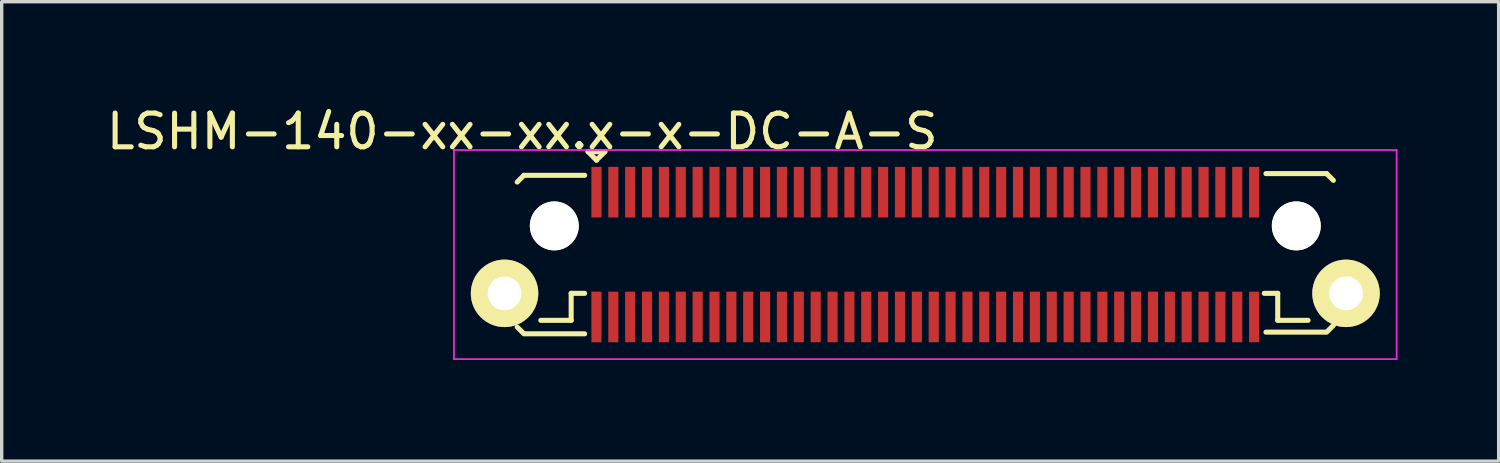
<source format=kicad_pcb>
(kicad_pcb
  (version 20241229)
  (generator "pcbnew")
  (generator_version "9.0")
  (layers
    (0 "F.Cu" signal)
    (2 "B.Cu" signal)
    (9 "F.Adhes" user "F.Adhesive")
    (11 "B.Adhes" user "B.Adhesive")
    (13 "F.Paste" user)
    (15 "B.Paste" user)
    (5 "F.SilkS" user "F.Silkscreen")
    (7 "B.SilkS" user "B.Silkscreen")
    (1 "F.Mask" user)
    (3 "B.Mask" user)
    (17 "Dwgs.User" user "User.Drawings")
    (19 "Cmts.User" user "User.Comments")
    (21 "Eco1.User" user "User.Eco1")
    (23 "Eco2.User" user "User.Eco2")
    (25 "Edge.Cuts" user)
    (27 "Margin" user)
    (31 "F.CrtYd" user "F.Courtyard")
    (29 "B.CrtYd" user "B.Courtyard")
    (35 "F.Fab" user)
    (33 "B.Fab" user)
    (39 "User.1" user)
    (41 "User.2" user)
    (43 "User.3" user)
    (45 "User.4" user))
  (footprint "LSHM-140-xx-xx.x-x-DC-A-S"
    (layer "F.Cu")
    (at 24.385 4.498)
    (property "Reference" "LSHM-140-xx-xx.x-x-DC-A-S" (at -11.95 -3.65 0) (layer "F.SilkS") (effects (font (size 1 1) (thickness 0.15))))
    (attr smd)
    (fp_line (start -11.9 -2.35) (end -12.1 -2.15) (stroke (width 0.15) (type solid)) (layer "F.SilkS"))
    (fp_line (start -11.9 -2.35) (end -10.1 -2.35) (stroke (width 0.15) (type solid)) (layer "F.SilkS"))
    (fp_line (start -11.9 2.35) (end -12.1 2.15) (stroke (width 0.15) (type solid)) (layer "F.SilkS"))
    (fp_line (start -11.85 2.35) (end -10.1 2.35) (stroke (width 0.15) (type solid)) (layer "F.SilkS"))
    (fp_line (start -10.5 1.15) (end -10.1 1.15) (stroke (width 0.15) (type solid)) (layer "F.SilkS"))
    (fp_line (start -10.5 1.95) (end -11.4 1.95) (stroke (width 0.15) (type solid)) (layer "F.SilkS"))
    (fp_line (start -10.5 1.95) (end -10.5 1.15) (stroke (width 0.15) (type solid)) (layer "F.SilkS"))
    (fp_line (start -10 -3.05) (end -9.75 -2.8) (stroke (width 0.15) (type solid)) (layer "F.SilkS"))
    (fp_line (start -9.75 -2.8) (end -9.5 -3.05) (stroke (width 0.15) (type solid)) (layer "F.SilkS"))
    (fp_line (start -9.5 -3.05) (end -10 -3.05) (stroke (width 0.15) (type solid)) (layer "F.SilkS"))
    (fp_line (start 10.05 1.15) (end 10.45 1.15) (stroke (width 0.15) (type solid)) (layer "F.SilkS"))
    (fp_line (start 10.1 -2.4) (end 11.9 -2.4) (stroke (width 0.15) (type solid)) (layer "F.SilkS"))
    (fp_line (start 10.1 2.3) (end 11.85 2.3) (stroke (width 0.15) (type solid)) (layer "F.SilkS"))
    (fp_line (start 10.45 1.95) (end 10.45 1.15) (stroke (width 0.15) (type solid)) (layer "F.SilkS"))
    (fp_line (start 11.35 1.95) (end 10.45 1.95) (stroke (width 0.15) (type solid)) (layer "F.SilkS"))
    (fp_line (start 11.9 -2.4) (end 12.1 -2.2) (stroke (width 0.15) (type solid)) (layer "F.SilkS"))
    (fp_line (start 11.9 2.3) (end 12.1 2.1) (stroke (width 0.15) (type solid)) (layer "F.SilkS"))
    (fp_line (start -13.975 -3.1) (end 13.975 -3.1) (stroke (width 0.05) (type solid)) (layer "F.CrtYd"))
    (fp_line (start -13.975 3.1) (end -13.975 -3.1) (stroke (width 0.05) (type solid)) (layer "F.CrtYd"))
    (fp_line (start -13.975 3.1) (end 13.975 3.1) (stroke (width 0.05) (type solid)) (layer "F.CrtYd"))
    (fp_line (start 13.975 3.1) (end 13.975 -3.1) (stroke (width 0.05) (type solid)) (layer "F.CrtYd"))
    (pad "" np_thru_hole circle (at -11 -0.85) (size 1.45 1.45) (drill 1.45) (layers "*.Cu" "*.Mask" "F.SilkS"))
    (pad "" np_thru_hole circle (at 11 -0.85) (size 1.45 1.45) (drill 1.45) (layers "*.Cu" "*.Mask" "F.SilkS"))
    (pad "1" smd rect (at -9.75 -1.85) (size 0.3 1.5) (layers "F.Cu" "F.Mask" "F.Paste"))
    (pad "2" smd rect (at -9.75 1.85) (size 0.3 1.5) (layers "F.Cu" "F.Mask" "F.Paste"))
    (pad "3" smd rect (at -9.25 -1.85) (size 0.3 1.5) (layers "F.Cu" "F.Mask" "F.Paste"))
    (pad "4" smd rect (at -9.25 1.85) (size 0.3 1.5) (layers "F.Cu" "F.Mask" "F.Paste"))
    (pad "5" smd rect (at -8.75 -1.85) (size 0.3 1.5) (layers "F.Cu" "F.Mask" "F.Paste"))
    (pad "6" smd rect (at -8.75 1.85) (size 0.3 1.5) (layers "F.Cu" "F.Mask" "F.Paste"))
    (pad "7" smd rect (at -8.25 -1.85) (size 0.3 1.5) (layers "F.Cu" "F.Mask" "F.Paste"))
    (pad "8" smd rect (at -8.25 1.85) (size 0.3 1.5) (layers "F.Cu" "F.Mask" "F.Paste"))
    (pad "9" smd rect (at -7.75 -1.85) (size 0.3 1.5) (layers "F.Cu" "F.Mask" "F.Paste"))
    (pad "10" smd rect (at -7.75 1.85) (size 0.3 1.5) (layers "F.Cu" "F.Mask" "F.Paste"))
    (pad "11" smd rect (at -7.25 -1.85) (size 0.3 1.5) (layers "F.Cu" "F.Mask" "F.Paste"))
    (pad "12" smd rect (at -7.25 1.85) (size 0.3 1.5) (layers "F.Cu" "F.Mask" "F.Paste"))
    (pad "13" smd rect (at -6.75 -1.85) (size 0.3 1.5) (layers "F.Cu" "F.Mask" "F.Paste"))
    (pad "14" smd rect (at -6.75 1.85) (size 0.3 1.5) (layers "F.Cu" "F.Mask" "F.Paste"))
    (pad "15" smd rect (at -6.25 -1.85) (size 0.3 1.5) (layers "F.Cu" "F.Mask" "F.Paste"))
    (pad "16" smd rect (at -6.25 1.85) (size 0.3 1.5) (layers "F.Cu" "F.Mask" "F.Paste"))
    (pad "17" smd rect (at -5.75 -1.85) (size 0.3 1.5) (layers "F.Cu" "F.Mask" "F.Paste"))
    (pad "18" smd rect (at -5.75 1.85) (size 0.3 1.5) (layers "F.Cu" "F.Mask" "F.Paste"))
    (pad "19" smd rect (at -5.25 -1.85) (size 0.3 1.5) (layers "F.Cu" "F.Mask" "F.Paste"))
    (pad "20" smd rect (at -5.25 1.85) (size 0.3 1.5) (layers "F.Cu" "F.Mask" "F.Paste"))
    (pad "21" smd rect (at -4.75 -1.85) (size 0.3 1.5) (layers "F.Cu" "F.Mask" "F.Paste"))
    (pad "22" smd rect (at -4.75 1.85) (size 0.3 1.5) (layers "F.Cu" "F.Mask" "F.Paste"))
    (pad "23" smd rect (at -4.25 -1.85) (size 0.3 1.5) (layers "F.Cu" "F.Mask" "F.Paste"))
    (pad "24" smd rect (at -4.25 1.85) (size 0.3 1.5) (layers "F.Cu" "F.Mask" "F.Paste"))
    (pad "25" smd rect (at -3.75 -1.85) (size 0.3 1.5) (layers "F.Cu" "F.Mask" "F.Paste"))
    (pad "26" smd rect (at -3.75 1.85) (size 0.3 1.5) (layers "F.Cu" "F.Mask" "F.Paste"))
    (pad "27" smd rect (at -3.25 -1.85) (size 0.3 1.5) (layers "F.Cu" "F.Mask" "F.Paste"))
    (pad "28" smd rect (at -3.25 1.85) (size 0.3 1.5) (layers "F.Cu" "F.Mask" "F.Paste"))
    (pad "29" smd rect (at -2.75 -1.85) (size 0.3 1.5) (layers "F.Cu" "F.Mask" "F.Paste"))
    (pad "30" smd rect (at -2.75 1.85) (size 0.3 1.5) (layers "F.Cu" "F.Mask" "F.Paste"))
    (pad "31" smd rect (at -2.25 -1.85) (size 0.3 1.5) (layers "F.Cu" "F.Mask" "F.Paste"))
    (pad "32" smd rect (at -2.25 1.85) (size 0.3 1.5) (layers "F.Cu" "F.Mask" "F.Paste"))
    (pad "33" smd rect (at -1.75 -1.85) (size 0.3 1.5) (layers "F.Cu" "F.Mask" "F.Paste"))
    (pad "34" smd rect (at -1.75 1.85) (size 0.3 1.5) (layers "F.Cu" "F.Mask" "F.Paste"))
    (pad "35" smd rect (at -1.25 -1.85) (size 0.3 1.5) (layers "F.Cu" "F.Mask" "F.Paste"))
    (pad "36" smd rect (at -1.25 1.85) (size 0.3 1.5) (layers "F.Cu" "F.Mask" "F.Paste"))
    (pad "37" smd rect (at -0.75 -1.85) (size 0.3 1.5) (layers "F.Cu" "F.Mask" "F.Paste"))
    (pad "38" smd rect (at -0.75 1.85) (size 0.3 1.5) (layers "F.Cu" "F.Mask" "F.Paste"))
    (pad "39" smd rect (at -0.25 -1.85) (size 0.3 1.5) (layers "F.Cu" "F.Mask" "F.Paste"))
    (pad "40" smd rect (at -0.25 1.85) (size 0.3 1.5) (layers "F.Cu" "F.Mask" "F.Paste"))
    (pad "41" smd rect (at 0.25 -1.85) (size 0.3 1.5) (layers "F.Cu" "F.Mask" "F.Paste"))
    (pad "42" smd rect (at 0.25 1.85) (size 0.3 1.5) (layers "F.Cu" "F.Mask" "F.Paste"))
    (pad "43" smd rect (at 0.75 -1.85) (size 0.3 1.5) (layers "F.Cu" "F.Mask" "F.Paste"))
    (pad "44" smd rect (at 0.75 1.85) (size 0.3 1.5) (layers "F.Cu" "F.Mask" "F.Paste"))
    (pad "45" smd rect (at 1.25 -1.85) (size 0.3 1.5) (layers "F.Cu" "F.Mask" "F.Paste"))
    (pad "46" smd rect (at 1.25 1.85) (size 0.3 1.5) (layers "F.Cu" "F.Mask" "F.Paste"))
    (pad "47" smd rect (at 1.75 -1.85) (size 0.3 1.5) (layers "F.Cu" "F.Mask" "F.Paste"))
    (pad "48" smd rect (at 1.75 1.85) (size 0.3 1.5) (layers "F.Cu" "F.Mask" "F.Paste"))
    (pad "49" smd rect (at 2.25 -1.85) (size 0.3 1.5) (layers "F.Cu" "F.Mask" "F.Paste"))
    (pad "50" smd rect (at 2.25 1.85) (size 0.3 1.5) (layers "F.Cu" "F.Mask" "F.Paste"))
    (pad "51" smd rect (at 2.75 -1.85) (size 0.3 1.5) (layers "F.Cu" "F.Mask" "F.Paste"))
    (pad "52" smd rect (at 2.75 1.85) (size 0.3 1.5) (layers "F.Cu" "F.Mask" "F.Paste"))
    (pad "53" smd rect (at 3.25 -1.85) (size 0.3 1.5) (layers "F.Cu" "F.Mask" "F.Paste"))
    (pad "54" smd rect (at 3.25 1.85) (size 0.3 1.5) (layers "F.Cu" "F.Mask" "F.Paste"))
    (pad "55" smd rect (at 3.75 -1.85) (size 0.3 1.5) (layers "F.Cu" "F.Mask" "F.Paste"))
    (pad "56" smd rect (at 3.75 1.85) (size 0.3 1.5) (layers "F.Cu" "F.Mask" "F.Paste"))
    (pad "57" smd rect (at 4.25 -1.85) (size 0.3 1.5) (layers "F.Cu" "F.Mask" "F.Paste"))
    (pad "58" smd rect (at 4.25 1.85) (size 0.3 1.5) (layers "F.Cu" "F.Mask" "F.Paste"))
    (pad "59" smd rect (at 4.75 -1.85) (size 0.3 1.5) (layers "F.Cu" "F.Mask" "F.Paste"))
    (pad "60" smd rect (at 4.75 1.85) (size 0.3 1.5) (layers "F.Cu" "F.Mask" "F.Paste"))
    (pad "61" smd rect (at 5.25 -1.85) (size 0.3 1.5) (layers "F.Cu" "F.Mask" "F.Paste"))
    (pad "62" smd rect (at 5.25 1.85) (size 0.3 1.5) (layers "F.Cu" "F.Mask" "F.Paste"))
    (pad "63" smd rect (at 5.75 -1.85) (size 0.3 1.5) (layers "F.Cu" "F.Mask" "F.Paste"))
    (pad "64" smd rect (at 5.75 1.85) (size 0.3 1.5) (layers "F.Cu" "F.Mask" "F.Paste"))
    (pad "65" smd rect (at 6.25 -1.85) (size 0.3 1.5) (layers "F.Cu" "F.Mask" "F.Paste"))
    (pad "66" smd rect (at 6.25 1.85) (size 0.3 1.5) (layers "F.Cu" "F.Mask" "F.Paste"))
    (pad "67" smd rect (at 6.75 -1.85) (size 0.3 1.5) (layers "F.Cu" "F.Mask" "F.Paste"))
    (pad "68" smd rect (at 6.75 1.85) (size 0.3 1.5) (layers "F.Cu" "F.Mask" "F.Paste"))
    (pad "69" smd rect (at 7.25 -1.85) (size 0.3 1.5) (layers "F.Cu" "F.Mask" "F.Paste"))
    (pad "70" smd rect (at 7.25 1.85) (size 0.3 1.5) (layers "F.Cu" "F.Mask" "F.Paste"))
    (pad "71" smd rect (at 7.75 -1.85) (size 0.3 1.5) (layers "F.Cu" "F.Mask" "F.Paste"))
    (pad "72" smd rect (at 7.75 1.85) (size 0.3 1.5) (layers "F.Cu" "F.Mask" "F.Paste"))
    (pad "73" smd rect (at 8.25 -1.85) (size 0.3 1.5) (layers "F.Cu" "F.Mask" "F.Paste"))
    (pad "74" smd rect (at 8.25 1.85) (size 0.3 1.5) (layers "F.Cu" "F.Mask" "F.Paste"))
    (pad "75" smd rect (at 8.75 -1.85) (size 0.3 1.5) (layers "F.Cu" "F.Mask" "F.Paste"))
    (pad "76" smd rect (at 8.75 1.85) (size 0.3 1.5) (layers "F.Cu" "F.Mask" "F.Paste"))
    (pad "77" smd rect (at 9.25 -1.85) (size 0.3 1.5) (layers "F.Cu" "F.Mask" "F.Paste"))
    (pad "78" smd rect (at 9.25 1.85) (size 0.3 1.5) (layers "F.Cu" "F.Mask" "F.Paste"))
    (pad "79" smd rect (at 9.75 -1.85) (size 0.3 1.5) (layers "F.Cu" "F.Mask" "F.Paste"))
    (pad "80" smd rect (at 9.75 1.85) (size 0.3 1.5) (layers "F.Cu" "F.Mask" "F.Paste"))
    (pad "81" thru_hole circle (at -12.475 1.15) (size 2 2) (drill 1) (layers "*.Cu" "*.Mask" "F.SilkS"))
    (pad "81" thru_hole circle (at 12.475 1.15) (size 2 2) (drill 1) (layers "*.Cu" "*.Mask" "F.SilkS")))
  (gr_rect
    (start -3 -3)
    (end 41.385 10.623)
    (stroke (width 0.1) (type default))
    (fill no)
    (layer "Edge.Cuts")))
</source>
